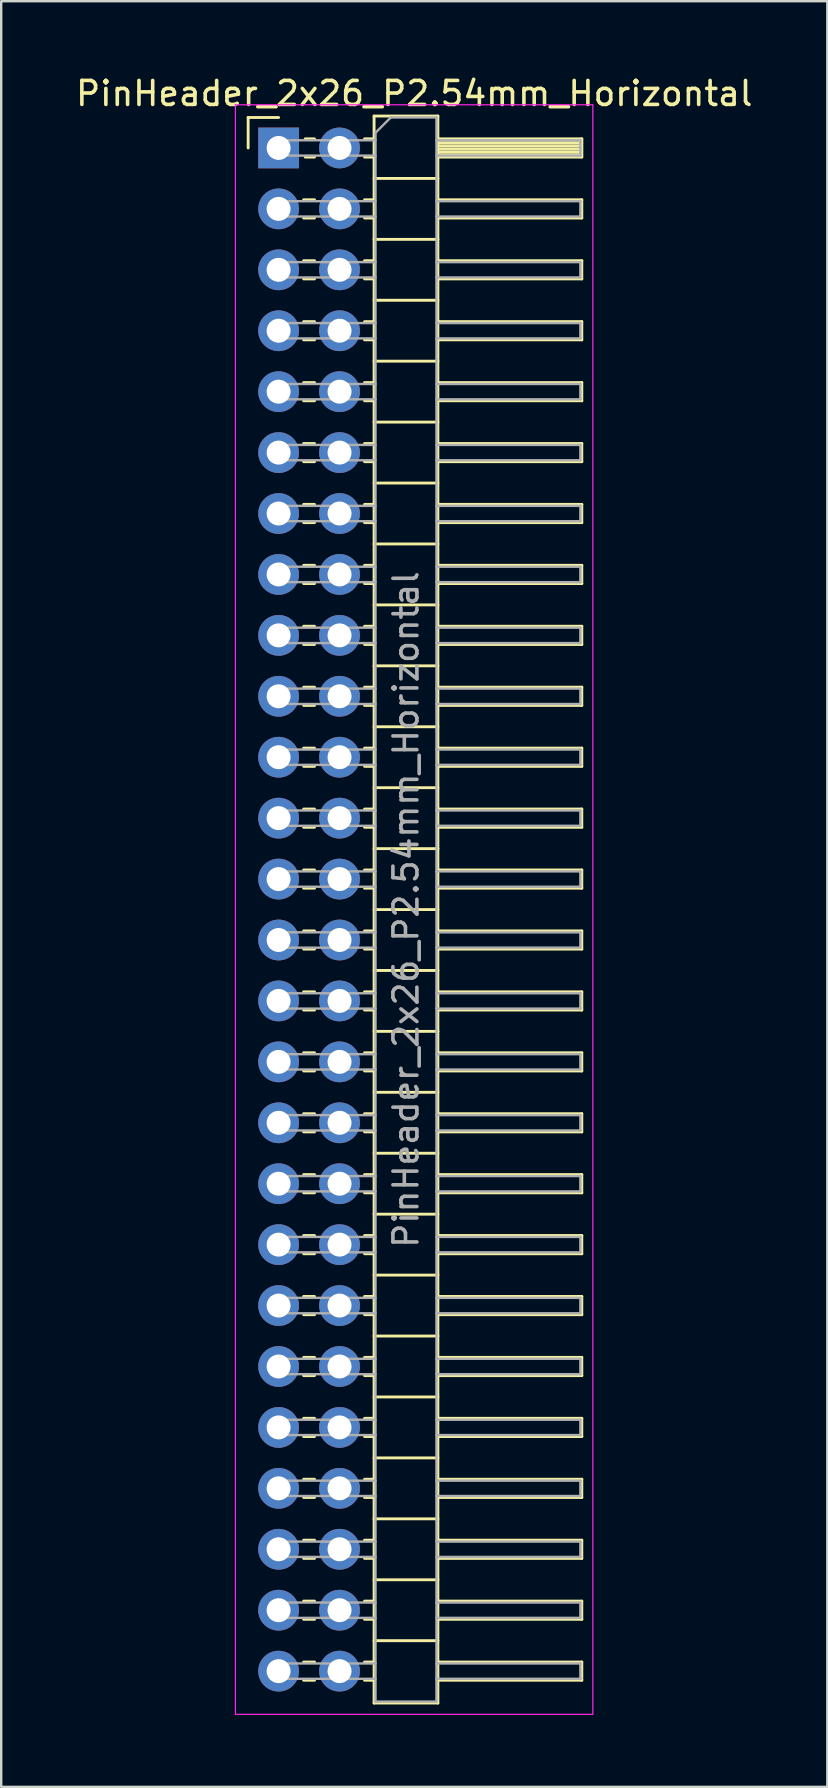
<source format=kicad_pcb>
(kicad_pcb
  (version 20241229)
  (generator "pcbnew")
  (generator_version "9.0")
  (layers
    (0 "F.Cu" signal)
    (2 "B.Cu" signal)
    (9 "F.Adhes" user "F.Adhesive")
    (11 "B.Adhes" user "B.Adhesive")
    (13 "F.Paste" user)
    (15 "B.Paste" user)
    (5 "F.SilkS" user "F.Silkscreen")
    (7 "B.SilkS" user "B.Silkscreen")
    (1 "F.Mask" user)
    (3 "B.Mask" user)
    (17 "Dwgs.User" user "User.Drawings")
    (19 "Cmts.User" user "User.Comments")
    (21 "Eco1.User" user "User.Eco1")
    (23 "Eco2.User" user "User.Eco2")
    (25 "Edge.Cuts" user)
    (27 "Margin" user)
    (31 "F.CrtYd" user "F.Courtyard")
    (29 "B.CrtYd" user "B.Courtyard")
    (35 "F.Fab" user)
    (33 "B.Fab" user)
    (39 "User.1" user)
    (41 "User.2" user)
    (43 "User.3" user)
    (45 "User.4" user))
  (footprint "PinHeader_2x26_P2.54mm_Horizontal"
    (layer "F.Cu")
    (at 8.565 3.118)
    (property "Reference" "PinHeader_2x26_P2.54mm_Horizontal" (at 5.655 -2.27 0) (layer "F.SilkS") (effects (font (size 1 1) (thickness 0.15))))
    (attr through_hole)
    (fp_line (start -1.27 -1.27) (end 0 -1.27) (stroke (width 0.12) (type solid)) (layer "F.SilkS"))
    (fp_line (start -1.27 0) (end -1.27 -1.27) (stroke (width 0.12) (type solid)) (layer "F.SilkS"))
    (fp_line (start 1.043 2.16) (end 1.497 2.16) (stroke (width 0.12) (type solid)) (layer "F.SilkS"))
    (fp_line (start 1.043 2.92) (end 1.497 2.92) (stroke (width 0.12) (type solid)) (layer "F.SilkS"))
    (fp_line (start 1.043 4.7) (end 1.497 4.7) (stroke (width 0.12) (type solid)) (layer "F.SilkS"))
    (fp_line (start 1.043 5.46) (end 1.497 5.46) (stroke (width 0.12) (type solid)) (layer "F.SilkS"))
    (fp_line (start 1.043 7.24) (end 1.497 7.24) (stroke (width 0.12) (type solid)) (layer "F.SilkS"))
    (fp_line (start 1.043 8) (end 1.497 8) (stroke (width 0.12) (type solid)) (layer "F.SilkS"))
    (fp_line (start 1.043 9.78) (end 1.497 9.78) (stroke (width 0.12) (type solid)) (layer "F.SilkS"))
    (fp_line (start 1.043 10.54) (end 1.497 10.54) (stroke (width 0.12) (type solid)) (layer "F.SilkS"))
    (fp_line (start 1.043 12.32) (end 1.497 12.32) (stroke (width 0.12) (type solid)) (layer "F.SilkS"))
    (fp_line (start 1.043 13.08) (end 1.497 13.08) (stroke (width 0.12) (type solid)) (layer "F.SilkS"))
    (fp_line (start 1.043 14.86) (end 1.497 14.86) (stroke (width 0.12) (type solid)) (layer "F.SilkS"))
    (fp_line (start 1.043 15.62) (end 1.497 15.62) (stroke (width 0.12) (type solid)) (layer "F.SilkS"))
    (fp_line (start 1.043 17.4) (end 1.497 17.4) (stroke (width 0.12) (type solid)) (layer "F.SilkS"))
    (fp_line (start 1.043 18.16) (end 1.497 18.16) (stroke (width 0.12) (type solid)) (layer "F.SilkS"))
    (fp_line (start 1.043 19.94) (end 1.497 19.94) (stroke (width 0.12) (type solid)) (layer "F.SilkS"))
    (fp_line (start 1.043 20.7) (end 1.497 20.7) (stroke (width 0.12) (type solid)) (layer "F.SilkS"))
    (fp_line (start 1.043 22.48) (end 1.497 22.48) (stroke (width 0.12) (type solid)) (layer "F.SilkS"))
    (fp_line (start 1.043 23.24) (end 1.497 23.24) (stroke (width 0.12) (type solid)) (layer "F.SilkS"))
    (fp_line (start 1.043 25.02) (end 1.497 25.02) (stroke (width 0.12) (type solid)) (layer "F.SilkS"))
    (fp_line (start 1.043 25.78) (end 1.497 25.78) (stroke (width 0.12) (type solid)) (layer "F.SilkS"))
    (fp_line (start 1.043 27.56) (end 1.497 27.56) (stroke (width 0.12) (type solid)) (layer "F.SilkS"))
    (fp_line (start 1.043 28.32) (end 1.497 28.32) (stroke (width 0.12) (type solid)) (layer "F.SilkS"))
    (fp_line (start 1.043 30.1) (end 1.497 30.1) (stroke (width 0.12) (type solid)) (layer "F.SilkS"))
    (fp_line (start 1.043 30.86) (end 1.497 30.86) (stroke (width 0.12) (type solid)) (layer "F.SilkS"))
    (fp_line (start 1.043 32.64) (end 1.497 32.64) (stroke (width 0.12) (type solid)) (layer "F.SilkS"))
    (fp_line (start 1.043 33.4) (end 1.497 33.4) (stroke (width 0.12) (type solid)) (layer "F.SilkS"))
    (fp_line (start 1.043 35.18) (end 1.497 35.18) (stroke (width 0.12) (type solid)) (layer "F.SilkS"))
    (fp_line (start 1.043 35.94) (end 1.497 35.94) (stroke (width 0.12) (type solid)) (layer "F.SilkS"))
    (fp_line (start 1.043 37.72) (end 1.497 37.72) (stroke (width 0.12) (type solid)) (layer "F.SilkS"))
    (fp_line (start 1.043 38.48) (end 1.497 38.48) (stroke (width 0.12) (type solid)) (layer "F.SilkS"))
    (fp_line (start 1.043 40.26) (end 1.497 40.26) (stroke (width 0.12) (type solid)) (layer "F.SilkS"))
    (fp_line (start 1.043 41.02) (end 1.497 41.02) (stroke (width 0.12) (type solid)) (layer "F.SilkS"))
    (fp_line (start 1.043 42.8) (end 1.497 42.8) (stroke (width 0.12) (type solid)) (layer "F.SilkS"))
    (fp_line (start 1.043 43.56) (end 1.497 43.56) (stroke (width 0.12) (type solid)) (layer "F.SilkS"))
    (fp_line (start 1.043 45.34) (end 1.497 45.34) (stroke (width 0.12) (type solid)) (layer "F.SilkS"))
    (fp_line (start 1.043 46.1) (end 1.497 46.1) (stroke (width 0.12) (type solid)) (layer "F.SilkS"))
    (fp_line (start 1.043 47.88) (end 1.497 47.88) (stroke (width 0.12) (type solid)) (layer "F.SilkS"))
    (fp_line (start 1.043 48.64) (end 1.497 48.64) (stroke (width 0.12) (type solid)) (layer "F.SilkS"))
    (fp_line (start 1.043 50.42) (end 1.497 50.42) (stroke (width 0.12) (type solid)) (layer "F.SilkS"))
    (fp_line (start 1.043 51.18) (end 1.497 51.18) (stroke (width 0.12) (type solid)) (layer "F.SilkS"))
    (fp_line (start 1.043 52.96) (end 1.497 52.96) (stroke (width 0.12) (type solid)) (layer "F.SilkS"))
    (fp_line (start 1.043 53.72) (end 1.497 53.72) (stroke (width 0.12) (type solid)) (layer "F.SilkS"))
    (fp_line (start 1.043 55.5) (end 1.497 55.5) (stroke (width 0.12) (type solid)) (layer "F.SilkS"))
    (fp_line (start 1.043 56.26) (end 1.497 56.26) (stroke (width 0.12) (type solid)) (layer "F.SilkS"))
    (fp_line (start 1.043 58.04) (end 1.497 58.04) (stroke (width 0.12) (type solid)) (layer "F.SilkS"))
    (fp_line (start 1.043 58.8) (end 1.497 58.8) (stroke (width 0.12) (type solid)) (layer "F.SilkS"))
    (fp_line (start 1.043 60.58) (end 1.497 60.58) (stroke (width 0.12) (type solid)) (layer "F.SilkS"))
    (fp_line (start 1.043 61.34) (end 1.497 61.34) (stroke (width 0.12) (type solid)) (layer "F.SilkS"))
    (fp_line (start 1.043 63.12) (end 1.497 63.12) (stroke (width 0.12) (type solid)) (layer "F.SilkS"))
    (fp_line (start 1.043 63.88) (end 1.497 63.88) (stroke (width 0.12) (type solid)) (layer "F.SilkS"))
    (fp_line (start 1.11 -0.38) (end 1.497 -0.38) (stroke (width 0.12) (type solid)) (layer "F.SilkS"))
    (fp_line (start 1.11 0.38) (end 1.497 0.38) (stroke (width 0.12) (type solid)) (layer "F.SilkS"))
    (fp_line (start 3.583 -0.38) (end 3.98 -0.38) (stroke (width 0.12) (type solid)) (layer "F.SilkS"))
    (fp_line (start 3.583 0.38) (end 3.98 0.38) (stroke (width 0.12) (type solid)) (layer "F.SilkS"))
    (fp_line (start 3.583 2.16) (end 3.98 2.16) (stroke (width 0.12) (type solid)) (layer "F.SilkS"))
    (fp_line (start 3.583 2.92) (end 3.98 2.92) (stroke (width 0.12) (type solid)) (layer "F.SilkS"))
    (fp_line (start 3.583 4.7) (end 3.98 4.7) (stroke (width 0.12) (type solid)) (layer "F.SilkS"))
    (fp_line (start 3.583 5.46) (end 3.98 5.46) (stroke (width 0.12) (type solid)) (layer "F.SilkS"))
    (fp_line (start 3.583 7.24) (end 3.98 7.24) (stroke (width 0.12) (type solid)) (layer "F.SilkS"))
    (fp_line (start 3.583 8) (end 3.98 8) (stroke (width 0.12) (type solid)) (layer "F.SilkS"))
    (fp_line (start 3.583 9.78) (end 3.98 9.78) (stroke (width 0.12) (type solid)) (layer "F.SilkS"))
    (fp_line (start 3.583 10.54) (end 3.98 10.54) (stroke (width 0.12) (type solid)) (layer "F.SilkS"))
    (fp_line (start 3.583 12.32) (end 3.98 12.32) (stroke (width 0.12) (type solid)) (layer "F.SilkS"))
    (fp_line (start 3.583 13.08) (end 3.98 13.08) (stroke (width 0.12) (type solid)) (layer "F.SilkS"))
    (fp_line (start 3.583 14.86) (end 3.98 14.86) (stroke (width 0.12) (type solid)) (layer "F.SilkS"))
    (fp_line (start 3.583 15.62) (end 3.98 15.62) (stroke (width 0.12) (type solid)) (layer "F.SilkS"))
    (fp_line (start 3.583 17.4) (end 3.98 17.4) (stroke (width 0.12) (type solid)) (layer "F.SilkS"))
    (fp_line (start 3.583 18.16) (end 3.98 18.16) (stroke (width 0.12) (type solid)) (layer "F.SilkS"))
    (fp_line (start 3.583 19.94) (end 3.98 19.94) (stroke (width 0.12) (type solid)) (layer "F.SilkS"))
    (fp_line (start 3.583 20.7) (end 3.98 20.7) (stroke (width 0.12) (type solid)) (layer "F.SilkS"))
    (fp_line (start 3.583 22.48) (end 3.98 22.48) (stroke (width 0.12) (type solid)) (layer "F.SilkS"))
    (fp_line (start 3.583 23.24) (end 3.98 23.24) (stroke (width 0.12) (type solid)) (layer "F.SilkS"))
    (fp_line (start 3.583 25.02) (end 3.98 25.02) (stroke (width 0.12) (type solid)) (layer "F.SilkS"))
    (fp_line (start 3.583 25.78) (end 3.98 25.78) (stroke (width 0.12) (type solid)) (layer "F.SilkS"))
    (fp_line (start 3.583 27.56) (end 3.98 27.56) (stroke (width 0.12) (type solid)) (layer "F.SilkS"))
    (fp_line (start 3.583 28.32) (end 3.98 28.32) (stroke (width 0.12) (type solid)) (layer "F.SilkS"))
    (fp_line (start 3.583 30.1) (end 3.98 30.1) (stroke (width 0.12) (type solid)) (layer "F.SilkS"))
    (fp_line (start 3.583 30.86) (end 3.98 30.86) (stroke (width 0.12) (type solid)) (layer "F.SilkS"))
    (fp_line (start 3.583 32.64) (end 3.98 32.64) (stroke (width 0.12) (type solid)) (layer "F.SilkS"))
    (fp_line (start 3.583 33.4) (end 3.98 33.4) (stroke (width 0.12) (type solid)) (layer "F.SilkS"))
    (fp_line (start 3.583 35.18) (end 3.98 35.18) (stroke (width 0.12) (type solid)) (layer "F.SilkS"))
    (fp_line (start 3.583 35.94) (end 3.98 35.94) (stroke (width 0.12) (type solid)) (layer "F.SilkS"))
    (fp_line (start 3.583 37.72) (end 3.98 37.72) (stroke (width 0.12) (type solid)) (layer "F.SilkS"))
    (fp_line (start 3.583 38.48) (end 3.98 38.48) (stroke (width 0.12) (type solid)) (layer "F.SilkS"))
    (fp_line (start 3.583 40.26) (end 3.98 40.26) (stroke (width 0.12) (type solid)) (layer "F.SilkS"))
    (fp_line (start 3.583 41.02) (end 3.98 41.02) (stroke (width 0.12) (type solid)) (layer "F.SilkS"))
    (fp_line (start 3.583 42.8) (end 3.98 42.8) (stroke (width 0.12) (type solid)) (layer "F.SilkS"))
    (fp_line (start 3.583 43.56) (end 3.98 43.56) (stroke (width 0.12) (type solid)) (layer "F.SilkS"))
    (fp_line (start 3.583 45.34) (end 3.98 45.34) (stroke (width 0.12) (type solid)) (layer "F.SilkS"))
    (fp_line (start 3.583 46.1) (end 3.98 46.1) (stroke (width 0.12) (type solid)) (layer "F.SilkS"))
    (fp_line (start 3.583 47.88) (end 3.98 47.88) (stroke (width 0.12) (type solid)) (layer "F.SilkS"))
    (fp_line (start 3.583 48.64) (end 3.98 48.64) (stroke (width 0.12) (type solid)) (layer "F.SilkS"))
    (fp_line (start 3.583 50.42) (end 3.98 50.42) (stroke (width 0.12) (type solid)) (layer "F.SilkS"))
    (fp_line (start 3.583 51.18) (end 3.98 51.18) (stroke (width 0.12) (type solid)) (layer "F.SilkS"))
    (fp_line (start 3.583 52.96) (end 3.98 52.96) (stroke (width 0.12) (type solid)) (layer "F.SilkS"))
    (fp_line (start 3.583 53.72) (end 3.98 53.72) (stroke (width 0.12) (type solid)) (layer "F.SilkS"))
    (fp_line (start 3.583 55.5) (end 3.98 55.5) (stroke (width 0.12) (type solid)) (layer "F.SilkS"))
    (fp_line (start 3.583 56.26) (end 3.98 56.26) (stroke (width 0.12) (type solid)) (layer "F.SilkS"))
    (fp_line (start 3.583 58.04) (end 3.98 58.04) (stroke (width 0.12) (type solid)) (layer "F.SilkS"))
    (fp_line (start 3.583 58.8) (end 3.98 58.8) (stroke (width 0.12) (type solid)) (layer "F.SilkS"))
    (fp_line (start 3.583 60.58) (end 3.98 60.58) (stroke (width 0.12) (type solid)) (layer "F.SilkS"))
    (fp_line (start 3.583 61.34) (end 3.98 61.34) (stroke (width 0.12) (type solid)) (layer "F.SilkS"))
    (fp_line (start 3.583 63.12) (end 3.98 63.12) (stroke (width 0.12) (type solid)) (layer "F.SilkS"))
    (fp_line (start 3.583 63.88) (end 3.98 63.88) (stroke (width 0.12) (type solid)) (layer "F.SilkS"))
    (fp_line (start 3.98 -1.33) (end 3.98 64.83) (stroke (width 0.12) (type solid)) (layer "F.SilkS"))
    (fp_line (start 3.98 1.27) (end 6.64 1.27) (stroke (width 0.12) (type solid)) (layer "F.SilkS"))
    (fp_line (start 3.98 3.81) (end 6.64 3.81) (stroke (width 0.12) (type solid)) (layer "F.SilkS"))
    (fp_line (start 3.98 6.35) (end 6.64 6.35) (stroke (width 0.12) (type solid)) (layer "F.SilkS"))
    (fp_line (start 3.98 8.89) (end 6.64 8.89) (stroke (width 0.12) (type solid)) (layer "F.SilkS"))
    (fp_line (start 3.98 11.43) (end 6.64 11.43) (stroke (width 0.12) (type solid)) (layer "F.SilkS"))
    (fp_line (start 3.98 13.97) (end 6.64 13.97) (stroke (width 0.12) (type solid)) (layer "F.SilkS"))
    (fp_line (start 3.98 16.51) (end 6.64 16.51) (stroke (width 0.12) (type solid)) (layer "F.SilkS"))
    (fp_line (start 3.98 19.05) (end 6.64 19.05) (stroke (width 0.12) (type solid)) (layer "F.SilkS"))
    (fp_line (start 3.98 21.59) (end 6.64 21.59) (stroke (width 0.12) (type solid)) (layer "F.SilkS"))
    (fp_line (start 3.98 24.13) (end 6.64 24.13) (stroke (width 0.12) (type solid)) (layer "F.SilkS"))
    (fp_line (start 3.98 26.67) (end 6.64 26.67) (stroke (width 0.12) (type solid)) (layer "F.SilkS"))
    (fp_line (start 3.98 29.21) (end 6.64 29.21) (stroke (width 0.12) (type solid)) (layer "F.SilkS"))
    (fp_line (start 3.98 31.75) (end 6.64 31.75) (stroke (width 0.12) (type solid)) (layer "F.SilkS"))
    (fp_line (start 3.98 34.29) (end 6.64 34.29) (stroke (width 0.12) (type solid)) (layer "F.SilkS"))
    (fp_line (start 3.98 36.83) (end 6.64 36.83) (stroke (width 0.12) (type solid)) (layer "F.SilkS"))
    (fp_line (start 3.98 39.37) (end 6.64 39.37) (stroke (width 0.12) (type solid)) (layer "F.SilkS"))
    (fp_line (start 3.98 41.91) (end 6.64 41.91) (stroke (width 0.12) (type solid)) (layer "F.SilkS"))
    (fp_line (start 3.98 44.45) (end 6.64 44.45) (stroke (width 0.12) (type solid)) (layer "F.SilkS"))
    (fp_line (start 3.98 46.99) (end 6.64 46.99) (stroke (width 0.12) (type solid)) (layer "F.SilkS"))
    (fp_line (start 3.98 49.53) (end 6.64 49.53) (stroke (width 0.12) (type solid)) (layer "F.SilkS"))
    (fp_line (start 3.98 52.07) (end 6.64 52.07) (stroke (width 0.12) (type solid)) (layer "F.SilkS"))
    (fp_line (start 3.98 54.61) (end 6.64 54.61) (stroke (width 0.12) (type solid)) (layer "F.SilkS"))
    (fp_line (start 3.98 57.15) (end 6.64 57.15) (stroke (width 0.12) (type solid)) (layer "F.SilkS"))
    (fp_line (start 3.98 59.69) (end 6.64 59.69) (stroke (width 0.12) (type solid)) (layer "F.SilkS"))
    (fp_line (start 3.98 62.23) (end 6.64 62.23) (stroke (width 0.12) (type solid)) (layer "F.SilkS"))
    (fp_line (start 3.98 64.83) (end 6.64 64.83) (stroke (width 0.12) (type solid)) (layer "F.SilkS"))
    (fp_line (start 6.64 -1.33) (end 3.98 -1.33) (stroke (width 0.12) (type solid)) (layer "F.SilkS"))
    (fp_line (start 6.64 -0.38) (end 12.64 -0.38) (stroke (width 0.12) (type solid)) (layer "F.SilkS"))
    (fp_line (start 6.64 -0.32) (end 12.64 -0.32) (stroke (width 0.12) (type solid)) (layer "F.SilkS"))
    (fp_line (start 6.64 -0.2) (end 12.64 -0.2) (stroke (width 0.12) (type solid)) (layer "F.SilkS"))
    (fp_line (start 6.64 -0.08) (end 12.64 -0.08) (stroke (width 0.12) (type solid)) (layer "F.SilkS"))
    (fp_line (start 6.64 0.04) (end 12.64 0.04) (stroke (width 0.12) (type solid)) (layer "F.SilkS"))
    (fp_line (start 6.64 0.16) (end 12.64 0.16) (stroke (width 0.12) (type solid)) (layer "F.SilkS"))
    (fp_line (start 6.64 0.28) (end 12.64 0.28) (stroke (width 0.12) (type solid)) (layer "F.SilkS"))
    (fp_line (start 6.64 2.16) (end 12.64 2.16) (stroke (width 0.12) (type solid)) (layer "F.SilkS"))
    (fp_line (start 6.64 4.7) (end 12.64 4.7) (stroke (width 0.12) (type solid)) (layer "F.SilkS"))
    (fp_line (start 6.64 7.24) (end 12.64 7.24) (stroke (width 0.12) (type solid)) (layer "F.SilkS"))
    (fp_line (start 6.64 9.78) (end 12.64 9.78) (stroke (width 0.12) (type solid)) (layer "F.SilkS"))
    (fp_line (start 6.64 12.32) (end 12.64 12.32) (stroke (width 0.12) (type solid)) (layer "F.SilkS"))
    (fp_line (start 6.64 14.86) (end 12.64 14.86) (stroke (width 0.12) (type solid)) (layer "F.SilkS"))
    (fp_line (start 6.64 17.4) (end 12.64 17.4) (stroke (width 0.12) (type solid)) (layer "F.SilkS"))
    (fp_line (start 6.64 19.94) (end 12.64 19.94) (stroke (width 0.12) (type solid)) (layer "F.SilkS"))
    (fp_line (start 6.64 22.48) (end 12.64 22.48) (stroke (width 0.12) (type solid)) (layer "F.SilkS"))
    (fp_line (start 6.64 25.02) (end 12.64 25.02) (stroke (width 0.12) (type solid)) (layer "F.SilkS"))
    (fp_line (start 6.64 27.56) (end 12.64 27.56) (stroke (width 0.12) (type solid)) (layer "F.SilkS"))
    (fp_line (start 6.64 30.1) (end 12.64 30.1) (stroke (width 0.12) (type solid)) (layer "F.SilkS"))
    (fp_line (start 6.64 32.64) (end 12.64 32.64) (stroke (width 0.12) (type solid)) (layer "F.SilkS"))
    (fp_line (start 6.64 35.18) (end 12.64 35.18) (stroke (width 0.12) (type solid)) (layer "F.SilkS"))
    (fp_line (start 6.64 37.72) (end 12.64 37.72) (stroke (width 0.12) (type solid)) (layer "F.SilkS"))
    (fp_line (start 6.64 40.26) (end 12.64 40.26) (stroke (width 0.12) (type solid)) (layer "F.SilkS"))
    (fp_line (start 6.64 42.8) (end 12.64 42.8) (stroke (width 0.12) (type solid)) (layer "F.SilkS"))
    (fp_line (start 6.64 45.34) (end 12.64 45.34) (stroke (width 0.12) (type solid)) (layer "F.SilkS"))
    (fp_line (start 6.64 47.88) (end 12.64 47.88) (stroke (width 0.12) (type solid)) (layer "F.SilkS"))
    (fp_line (start 6.64 50.42) (end 12.64 50.42) (stroke (width 0.12) (type solid)) (layer "F.SilkS"))
    (fp_line (start 6.64 52.96) (end 12.64 52.96) (stroke (width 0.12) (type solid)) (layer "F.SilkS"))
    (fp_line (start 6.64 55.5) (end 12.64 55.5) (stroke (width 0.12) (type solid)) (layer "F.SilkS"))
    (fp_line (start 6.64 58.04) (end 12.64 58.04) (stroke (width 0.12) (type solid)) (layer "F.SilkS"))
    (fp_line (start 6.64 60.58) (end 12.64 60.58) (stroke (width 0.12) (type solid)) (layer "F.SilkS"))
    (fp_line (start 6.64 63.12) (end 12.64 63.12) (stroke (width 0.12) (type solid)) (layer "F.SilkS"))
    (fp_line (start 6.64 64.83) (end 6.64 -1.33) (stroke (width 0.12) (type solid)) (layer "F.SilkS"))
    (fp_line (start 12.64 -0.38) (end 12.64 0.38) (stroke (width 0.12) (type solid)) (layer "F.SilkS"))
    (fp_line (start 12.64 0.38) (end 6.64 0.38) (stroke (width 0.12) (type solid)) (layer "F.SilkS"))
    (fp_line (start 12.64 2.16) (end 12.64 2.92) (stroke (width 0.12) (type solid)) (layer "F.SilkS"))
    (fp_line (start 12.64 2.92) (end 6.64 2.92) (stroke (width 0.12) (type solid)) (layer "F.SilkS"))
    (fp_line (start 12.64 4.7) (end 12.64 5.46) (stroke (width 0.12) (type solid)) (layer "F.SilkS"))
    (fp_line (start 12.64 5.46) (end 6.64 5.46) (stroke (width 0.12) (type solid)) (layer "F.SilkS"))
    (fp_line (start 12.64 7.24) (end 12.64 8) (stroke (width 0.12) (type solid)) (layer "F.SilkS"))
    (fp_line (start 12.64 8) (end 6.64 8) (stroke (width 0.12) (type solid)) (layer "F.SilkS"))
    (fp_line (start 12.64 9.78) (end 12.64 10.54) (stroke (width 0.12) (type solid)) (layer "F.SilkS"))
    (fp_line (start 12.64 10.54) (end 6.64 10.54) (stroke (width 0.12) (type solid)) (layer "F.SilkS"))
    (fp_line (start 12.64 12.32) (end 12.64 13.08) (stroke (width 0.12) (type solid)) (layer "F.SilkS"))
    (fp_line (start 12.64 13.08) (end 6.64 13.08) (stroke (width 0.12) (type solid)) (layer "F.SilkS"))
    (fp_line (start 12.64 14.86) (end 12.64 15.62) (stroke (width 0.12) (type solid)) (layer "F.SilkS"))
    (fp_line (start 12.64 15.62) (end 6.64 15.62) (stroke (width 0.12) (type solid)) (layer "F.SilkS"))
    (fp_line (start 12.64 17.4) (end 12.64 18.16) (stroke (width 0.12) (type solid)) (layer "F.SilkS"))
    (fp_line (start 12.64 18.16) (end 6.64 18.16) (stroke (width 0.12) (type solid)) (layer "F.SilkS"))
    (fp_line (start 12.64 19.94) (end 12.64 20.7) (stroke (width 0.12) (type solid)) (layer "F.SilkS"))
    (fp_line (start 12.64 20.7) (end 6.64 20.7) (stroke (width 0.12) (type solid)) (layer "F.SilkS"))
    (fp_line (start 12.64 22.48) (end 12.64 23.24) (stroke (width 0.12) (type solid)) (layer "F.SilkS"))
    (fp_line (start 12.64 23.24) (end 6.64 23.24) (stroke (width 0.12) (type solid)) (layer "F.SilkS"))
    (fp_line (start 12.64 25.02) (end 12.64 25.78) (stroke (width 0.12) (type solid)) (layer "F.SilkS"))
    (fp_line (start 12.64 25.78) (end 6.64 25.78) (stroke (width 0.12) (type solid)) (layer "F.SilkS"))
    (fp_line (start 12.64 27.56) (end 12.64 28.32) (stroke (width 0.12) (type solid)) (layer "F.SilkS"))
    (fp_line (start 12.64 28.32) (end 6.64 28.32) (stroke (width 0.12) (type solid)) (layer "F.SilkS"))
    (fp_line (start 12.64 30.1) (end 12.64 30.86) (stroke (width 0.12) (type solid)) (layer "F.SilkS"))
    (fp_line (start 12.64 30.86) (end 6.64 30.86) (stroke (width 0.12) (type solid)) (layer "F.SilkS"))
    (fp_line (start 12.64 32.64) (end 12.64 33.4) (stroke (width 0.12) (type solid)) (layer "F.SilkS"))
    (fp_line (start 12.64 33.4) (end 6.64 33.4) (stroke (width 0.12) (type solid)) (layer "F.SilkS"))
    (fp_line (start 12.64 35.18) (end 12.64 35.94) (stroke (width 0.12) (type solid)) (layer "F.SilkS"))
    (fp_line (start 12.64 35.94) (end 6.64 35.94) (stroke (width 0.12) (type solid)) (layer "F.SilkS"))
    (fp_line (start 12.64 37.72) (end 12.64 38.48) (stroke (width 0.12) (type solid)) (layer "F.SilkS"))
    (fp_line (start 12.64 38.48) (end 6.64 38.48) (stroke (width 0.12) (type solid)) (layer "F.SilkS"))
    (fp_line (start 12.64 40.26) (end 12.64 41.02) (stroke (width 0.12) (type solid)) (layer "F.SilkS"))
    (fp_line (start 12.64 41.02) (end 6.64 41.02) (stroke (width 0.12) (type solid)) (layer "F.SilkS"))
    (fp_line (start 12.64 42.8) (end 12.64 43.56) (stroke (width 0.12) (type solid)) (layer "F.SilkS"))
    (fp_line (start 12.64 43.56) (end 6.64 43.56) (stroke (width 0.12) (type solid)) (layer "F.SilkS"))
    (fp_line (start 12.64 45.34) (end 12.64 46.1) (stroke (width 0.12) (type solid)) (layer "F.SilkS"))
    (fp_line (start 12.64 46.1) (end 6.64 46.1) (stroke (width 0.12) (type solid)) (layer "F.SilkS"))
    (fp_line (start 12.64 47.88) (end 12.64 48.64) (stroke (width 0.12) (type solid)) (layer "F.SilkS"))
    (fp_line (start 12.64 48.64) (end 6.64 48.64) (stroke (width 0.12) (type solid)) (layer "F.SilkS"))
    (fp_line (start 12.64 50.42) (end 12.64 51.18) (stroke (width 0.12) (type solid)) (layer "F.SilkS"))
    (fp_line (start 12.64 51.18) (end 6.64 51.18) (stroke (width 0.12) (type solid)) (layer "F.SilkS"))
    (fp_line (start 12.64 52.96) (end 12.64 53.72) (stroke (width 0.12) (type solid)) (layer "F.SilkS"))
    (fp_line (start 12.64 53.72) (end 6.64 53.72) (stroke (width 0.12) (type solid)) (layer "F.SilkS"))
    (fp_line (start 12.64 55.5) (end 12.64 56.26) (stroke (width 0.12) (type solid)) (layer "F.SilkS"))
    (fp_line (start 12.64 56.26) (end 6.64 56.26) (stroke (width 0.12) (type solid)) (layer "F.SilkS"))
    (fp_line (start 12.64 58.04) (end 12.64 58.8) (stroke (width 0.12) (type solid)) (layer "F.SilkS"))
    (fp_line (start 12.64 58.8) (end 6.64 58.8) (stroke (width 0.12) (type solid)) (layer "F.SilkS"))
    (fp_line (start 12.64 60.58) (end 12.64 61.34) (stroke (width 0.12) (type solid)) (layer "F.SilkS"))
    (fp_line (start 12.64 61.34) (end 6.64 61.34) (stroke (width 0.12) (type solid)) (layer "F.SilkS"))
    (fp_line (start 12.64 63.12) (end 12.64 63.88) (stroke (width 0.12) (type solid)) (layer "F.SilkS"))
    (fp_line (start 12.64 63.88) (end 6.64 63.88) (stroke (width 0.12) (type solid)) (layer "F.SilkS"))
    (fp_line (start -1.8 -1.8) (end -1.8 65.3) (stroke (width 0.05) (type solid)) (layer "F.CrtYd"))
    (fp_line (start -1.8 65.3) (end 13.1 65.3) (stroke (width 0.05) (type solid)) (layer "F.CrtYd"))
    (fp_line (start 13.1 -1.8) (end -1.8 -1.8) (stroke (width 0.05) (type solid)) (layer "F.CrtYd"))
    (fp_line (start 13.1 65.3) (end 13.1 -1.8) (stroke (width 0.05) (type solid)) (layer "F.CrtYd"))
    (fp_line (start -0.32 -0.32) (end -0.32 0.32) (stroke (width 0.1) (type solid)) (layer "F.Fab"))
    (fp_line (start -0.32 -0.32) (end 4.04 -0.32) (stroke (width 0.1) (type solid)) (layer "F.Fab"))
    (fp_line (start -0.32 0.32) (end 4.04 0.32) (stroke (width 0.1) (type solid)) (layer "F.Fab"))
    (fp_line (start -0.32 2.22) (end -0.32 2.86) (stroke (width 0.1) (type solid)) (layer "F.Fab"))
    (fp_line (start -0.32 2.22) (end 4.04 2.22) (stroke (width 0.1) (type solid)) (layer "F.Fab"))
    (fp_line (start -0.32 2.86) (end 4.04 2.86) (stroke (width 0.1) (type solid)) (layer "F.Fab"))
    (fp_line (start -0.32 4.76) (end -0.32 5.4) (stroke (width 0.1) (type solid)) (layer "F.Fab"))
    (fp_line (start -0.32 4.76) (end 4.04 4.76) (stroke (width 0.1) (type solid)) (layer "F.Fab"))
    (fp_line (start -0.32 5.4) (end 4.04 5.4) (stroke (width 0.1) (type solid)) (layer "F.Fab"))
    (fp_line (start -0.32 7.3) (end -0.32 7.94) (stroke (width 0.1) (type solid)) (layer "F.Fab"))
    (fp_line (start -0.32 7.3) (end 4.04 7.3) (stroke (width 0.1) (type solid)) (layer "F.Fab"))
    (fp_line (start -0.32 7.94) (end 4.04 7.94) (stroke (width 0.1) (type solid)) (layer "F.Fab"))
    (fp_line (start -0.32 9.84) (end -0.32 10.48) (stroke (width 0.1) (type solid)) (layer "F.Fab"))
    (fp_line (start -0.32 9.84) (end 4.04 9.84) (stroke (width 0.1) (type solid)) (layer "F.Fab"))
    (fp_line (start -0.32 10.48) (end 4.04 10.48) (stroke (width 0.1) (type solid)) (layer "F.Fab"))
    (fp_line (start -0.32 12.38) (end -0.32 13.02) (stroke (width 0.1) (type solid)) (layer "F.Fab"))
    (fp_line (start -0.32 12.38) (end 4.04 12.38) (stroke (width 0.1) (type solid)) (layer "F.Fab"))
    (fp_line (start -0.32 13.02) (end 4.04 13.02) (stroke (width 0.1) (type solid)) (layer "F.Fab"))
    (fp_line (start -0.32 14.92) (end -0.32 15.56) (stroke (width 0.1) (type solid)) (layer "F.Fab"))
    (fp_line (start -0.32 14.92) (end 4.04 14.92) (stroke (width 0.1) (type solid)) (layer "F.Fab"))
    (fp_line (start -0.32 15.56) (end 4.04 15.56) (stroke (width 0.1) (type solid)) (layer "F.Fab"))
    (fp_line (start -0.32 17.46) (end -0.32 18.1) (stroke (width 0.1) (type solid)) (layer "F.Fab"))
    (fp_line (start -0.32 17.46) (end 4.04 17.46) (stroke (width 0.1) (type solid)) (layer "F.Fab"))
    (fp_line (start -0.32 18.1) (end 4.04 18.1) (stroke (width 0.1) (type solid)) (layer "F.Fab"))
    (fp_line (start -0.32 20) (end -0.32 20.64) (stroke (width 0.1) (type solid)) (layer "F.Fab"))
    (fp_line (start -0.32 20) (end 4.04 20) (stroke (width 0.1) (type solid)) (layer "F.Fab"))
    (fp_line (start -0.32 20.64) (end 4.04 20.64) (stroke (width 0.1) (type solid)) (layer "F.Fab"))
    (fp_line (start -0.32 22.54) (end -0.32 23.18) (stroke (width 0.1) (type solid)) (layer "F.Fab"))
    (fp_line (start -0.32 22.54) (end 4.04 22.54) (stroke (width 0.1) (type solid)) (layer "F.Fab"))
    (fp_line (start -0.32 23.18) (end 4.04 23.18) (stroke (width 0.1) (type solid)) (layer "F.Fab"))
    (fp_line (start -0.32 25.08) (end -0.32 25.72) (stroke (width 0.1) (type solid)) (layer "F.Fab"))
    (fp_line (start -0.32 25.08) (end 4.04 25.08) (stroke (width 0.1) (type solid)) (layer "F.Fab"))
    (fp_line (start -0.32 25.72) (end 4.04 25.72) (stroke (width 0.1) (type solid)) (layer "F.Fab"))
    (fp_line (start -0.32 27.62) (end -0.32 28.26) (stroke (width 0.1) (type solid)) (layer "F.Fab"))
    (fp_line (start -0.32 27.62) (end 4.04 27.62) (stroke (width 0.1) (type solid)) (layer "F.Fab"))
    (fp_line (start -0.32 28.26) (end 4.04 28.26) (stroke (width 0.1) (type solid)) (layer "F.Fab"))
    (fp_line (start -0.32 30.16) (end -0.32 30.8) (stroke (width 0.1) (type solid)) (layer "F.Fab"))
    (fp_line (start -0.32 30.16) (end 4.04 30.16) (stroke (width 0.1) (type solid)) (layer "F.Fab"))
    (fp_line (start -0.32 30.8) (end 4.04 30.8) (stroke (width 0.1) (type solid)) (layer "F.Fab"))
    (fp_line (start -0.32 32.7) (end -0.32 33.34) (stroke (width 0.1) (type solid)) (layer "F.Fab"))
    (fp_line (start -0.32 32.7) (end 4.04 32.7) (stroke (width 0.1) (type solid)) (layer "F.Fab"))
    (fp_line (start -0.32 33.34) (end 4.04 33.34) (stroke (width 0.1) (type solid)) (layer "F.Fab"))
    (fp_line (start -0.32 35.24) (end -0.32 35.88) (stroke (width 0.1) (type solid)) (layer "F.Fab"))
    (fp_line (start -0.32 35.24) (end 4.04 35.24) (stroke (width 0.1) (type solid)) (layer "F.Fab"))
    (fp_line (start -0.32 35.88) (end 4.04 35.88) (stroke (width 0.1) (type solid)) (layer "F.Fab"))
    (fp_line (start -0.32 37.78) (end -0.32 38.42) (stroke (width 0.1) (type solid)) (layer "F.Fab"))
    (fp_line (start -0.32 37.78) (end 4.04 37.78) (stroke (width 0.1) (type solid)) (layer "F.Fab"))
    (fp_line (start -0.32 38.42) (end 4.04 38.42) (stroke (width 0.1) (type solid)) (layer "F.Fab"))
    (fp_line (start -0.32 40.32) (end -0.32 40.96) (stroke (width 0.1) (type solid)) (layer "F.Fab"))
    (fp_line (start -0.32 40.32) (end 4.04 40.32) (stroke (width 0.1) (type solid)) (layer "F.Fab"))
    (fp_line (start -0.32 40.96) (end 4.04 40.96) (stroke (width 0.1) (type solid)) (layer "F.Fab"))
    (fp_line (start -0.32 42.86) (end -0.32 43.5) (stroke (width 0.1) (type solid)) (layer "F.Fab"))
    (fp_line (start -0.32 42.86) (end 4.04 42.86) (stroke (width 0.1) (type solid)) (layer "F.Fab"))
    (fp_line (start -0.32 43.5) (end 4.04 43.5) (stroke (width 0.1) (type solid)) (layer "F.Fab"))
    (fp_line (start -0.32 45.4) (end -0.32 46.04) (stroke (width 0.1) (type solid)) (layer "F.Fab"))
    (fp_line (start -0.32 45.4) (end 4.04 45.4) (stroke (width 0.1) (type solid)) (layer "F.Fab"))
    (fp_line (start -0.32 46.04) (end 4.04 46.04) (stroke (width 0.1) (type solid)) (layer "F.Fab"))
    (fp_line (start -0.32 47.94) (end -0.32 48.58) (stroke (width 0.1) (type solid)) (layer "F.Fab"))
    (fp_line (start -0.32 47.94) (end 4.04 47.94) (stroke (width 0.1) (type solid)) (layer "F.Fab"))
    (fp_line (start -0.32 48.58) (end 4.04 48.58) (stroke (width 0.1) (type solid)) (layer "F.Fab"))
    (fp_line (start -0.32 50.48) (end -0.32 51.12) (stroke (width 0.1) (type solid)) (layer "F.Fab"))
    (fp_line (start -0.32 50.48) (end 4.04 50.48) (stroke (width 0.1) (type solid)) (layer "F.Fab"))
    (fp_line (start -0.32 51.12) (end 4.04 51.12) (stroke (width 0.1) (type solid)) (layer "F.Fab"))
    (fp_line (start -0.32 53.02) (end -0.32 53.66) (stroke (width 0.1) (type solid)) (layer "F.Fab"))
    (fp_line (start -0.32 53.02) (end 4.04 53.02) (stroke (width 0.1) (type solid)) (layer "F.Fab"))
    (fp_line (start -0.32 53.66) (end 4.04 53.66) (stroke (width 0.1) (type solid)) (layer "F.Fab"))
    (fp_line (start -0.32 55.56) (end -0.32 56.2) (stroke (width 0.1) (type solid)) (layer "F.Fab"))
    (fp_line (start -0.32 55.56) (end 4.04 55.56) (stroke (width 0.1) (type solid)) (layer "F.Fab"))
    (fp_line (start -0.32 56.2) (end 4.04 56.2) (stroke (width 0.1) (type solid)) (layer "F.Fab"))
    (fp_line (start -0.32 58.1) (end -0.32 58.74) (stroke (width 0.1) (type solid)) (layer "F.Fab"))
    (fp_line (start -0.32 58.1) (end 4.04 58.1) (stroke (width 0.1) (type solid)) (layer "F.Fab"))
    (fp_line (start -0.32 58.74) (end 4.04 58.74) (stroke (width 0.1) (type solid)) (layer "F.Fab"))
    (fp_line (start -0.32 60.64) (end -0.32 61.28) (stroke (width 0.1) (type solid)) (layer "F.Fab"))
    (fp_line (start -0.32 60.64) (end 4.04 60.64) (stroke (width 0.1) (type solid)) (layer "F.Fab"))
    (fp_line (start -0.32 61.28) (end 4.04 61.28) (stroke (width 0.1) (type solid)) (layer "F.Fab"))
    (fp_line (start -0.32 63.18) (end -0.32 63.82) (stroke (width 0.1) (type solid)) (layer "F.Fab"))
    (fp_line (start -0.32 63.18) (end 4.04 63.18) (stroke (width 0.1) (type solid)) (layer "F.Fab"))
    (fp_line (start -0.32 63.82) (end 4.04 63.82) (stroke (width 0.1) (type solid)) (layer "F.Fab"))
    (fp_line (start 4.04 -0.635) (end 4.675 -1.27) (stroke (width 0.1) (type solid)) (layer "F.Fab"))
    (fp_line (start 4.04 64.77) (end 4.04 -0.635) (stroke (width 0.1) (type solid)) (layer "F.Fab"))
    (fp_line (start 4.675 -1.27) (end 6.58 -1.27) (stroke (width 0.1) (type solid)) (layer "F.Fab"))
    (fp_line (start 6.58 -1.27) (end 6.58 64.77) (stroke (width 0.1) (type solid)) (layer "F.Fab"))
    (fp_line (start 6.58 -0.32) (end 12.58 -0.32) (stroke (width 0.1) (type solid)) (layer "F.Fab"))
    (fp_line (start 6.58 0.32) (end 12.58 0.32) (stroke (width 0.1) (type solid)) (layer "F.Fab"))
    (fp_line (start 6.58 2.22) (end 12.58 2.22) (stroke (width 0.1) (type solid)) (layer "F.Fab"))
    (fp_line (start 6.58 2.86) (end 12.58 2.86) (stroke (width 0.1) (type solid)) (layer "F.Fab"))
    (fp_line (start 6.58 4.76) (end 12.58 4.76) (stroke (width 0.1) (type solid)) (layer "F.Fab"))
    (fp_line (start 6.58 5.4) (end 12.58 5.4) (stroke (width 0.1) (type solid)) (layer "F.Fab"))
    (fp_line (start 6.58 7.3) (end 12.58 7.3) (stroke (width 0.1) (type solid)) (layer "F.Fab"))
    (fp_line (start 6.58 7.94) (end 12.58 7.94) (stroke (width 0.1) (type solid)) (layer "F.Fab"))
    (fp_line (start 6.58 9.84) (end 12.58 9.84) (stroke (width 0.1) (type solid)) (layer "F.Fab"))
    (fp_line (start 6.58 10.48) (end 12.58 10.48) (stroke (width 0.1) (type solid)) (layer "F.Fab"))
    (fp_line (start 6.58 12.38) (end 12.58 12.38) (stroke (width 0.1) (type solid)) (layer "F.Fab"))
    (fp_line (start 6.58 13.02) (end 12.58 13.02) (stroke (width 0.1) (type solid)) (layer "F.Fab"))
    (fp_line (start 6.58 14.92) (end 12.58 14.92) (stroke (width 0.1) (type solid)) (layer "F.Fab"))
    (fp_line (start 6.58 15.56) (end 12.58 15.56) (stroke (width 0.1) (type solid)) (layer "F.Fab"))
    (fp_line (start 6.58 17.46) (end 12.58 17.46) (stroke (width 0.1) (type solid)) (layer "F.Fab"))
    (fp_line (start 6.58 18.1) (end 12.58 18.1) (stroke (width 0.1) (type solid)) (layer "F.Fab"))
    (fp_line (start 6.58 20) (end 12.58 20) (stroke (width 0.1) (type solid)) (layer "F.Fab"))
    (fp_line (start 6.58 20.64) (end 12.58 20.64) (stroke (width 0.1) (type solid)) (layer "F.Fab"))
    (fp_line (start 6.58 22.54) (end 12.58 22.54) (stroke (width 0.1) (type solid)) (layer "F.Fab"))
    (fp_line (start 6.58 23.18) (end 12.58 23.18) (stroke (width 0.1) (type solid)) (layer "F.Fab"))
    (fp_line (start 6.58 25.08) (end 12.58 25.08) (stroke (width 0.1) (type solid)) (layer "F.Fab"))
    (fp_line (start 6.58 25.72) (end 12.58 25.72) (stroke (width 0.1) (type solid)) (layer "F.Fab"))
    (fp_line (start 6.58 27.62) (end 12.58 27.62) (stroke (width 0.1) (type solid)) (layer "F.Fab"))
    (fp_line (start 6.58 28.26) (end 12.58 28.26) (stroke (width 0.1) (type solid)) (layer "F.Fab"))
    (fp_line (start 6.58 30.16) (end 12.58 30.16) (stroke (width 0.1) (type solid)) (layer "F.Fab"))
    (fp_line (start 6.58 30.8) (end 12.58 30.8) (stroke (width 0.1) (type solid)) (layer "F.Fab"))
    (fp_line (start 6.58 32.7) (end 12.58 32.7) (stroke (width 0.1) (type solid)) (layer "F.Fab"))
    (fp_line (start 6.58 33.34) (end 12.58 33.34) (stroke (width 0.1) (type solid)) (layer "F.Fab"))
    (fp_line (start 6.58 35.24) (end 12.58 35.24) (stroke (width 0.1) (type solid)) (layer "F.Fab"))
    (fp_line (start 6.58 35.88) (end 12.58 35.88) (stroke (width 0.1) (type solid)) (layer "F.Fab"))
    (fp_line (start 6.58 37.78) (end 12.58 37.78) (stroke (width 0.1) (type solid)) (layer "F.Fab"))
    (fp_line (start 6.58 38.42) (end 12.58 38.42) (stroke (width 0.1) (type solid)) (layer "F.Fab"))
    (fp_line (start 6.58 40.32) (end 12.58 40.32) (stroke (width 0.1) (type solid)) (layer "F.Fab"))
    (fp_line (start 6.58 40.96) (end 12.58 40.96) (stroke (width 0.1) (type solid)) (layer "F.Fab"))
    (fp_line (start 6.58 42.86) (end 12.58 42.86) (stroke (width 0.1) (type solid)) (layer "F.Fab"))
    (fp_line (start 6.58 43.5) (end 12.58 43.5) (stroke (width 0.1) (type solid)) (layer "F.Fab"))
    (fp_line (start 6.58 45.4) (end 12.58 45.4) (stroke (width 0.1) (type solid)) (layer "F.Fab"))
    (fp_line (start 6.58 46.04) (end 12.58 46.04) (stroke (width 0.1) (type solid)) (layer "F.Fab"))
    (fp_line (start 6.58 47.94) (end 12.58 47.94) (stroke (width 0.1) (type solid)) (layer "F.Fab"))
    (fp_line (start 6.58 48.58) (end 12.58 48.58) (stroke (width 0.1) (type solid)) (layer "F.Fab"))
    (fp_line (start 6.58 50.48) (end 12.58 50.48) (stroke (width 0.1) (type solid)) (layer "F.Fab"))
    (fp_line (start 6.58 51.12) (end 12.58 51.12) (stroke (width 0.1) (type solid)) (layer "F.Fab"))
    (fp_line (start 6.58 53.02) (end 12.58 53.02) (stroke (width 0.1) (type solid)) (layer "F.Fab"))
    (fp_line (start 6.58 53.66) (end 12.58 53.66) (stroke (width 0.1) (type solid)) (layer "F.Fab"))
    (fp_line (start 6.58 55.56) (end 12.58 55.56) (stroke (width 0.1) (type solid)) (layer "F.Fab"))
    (fp_line (start 6.58 56.2) (end 12.58 56.2) (stroke (width 0.1) (type solid)) (layer "F.Fab"))
    (fp_line (start 6.58 58.1) (end 12.58 58.1) (stroke (width 0.1) (type solid)) (layer "F.Fab"))
    (fp_line (start 6.58 58.74) (end 12.58 58.74) (stroke (width 0.1) (type solid)) (layer "F.Fab"))
    (fp_line (start 6.58 60.64) (end 12.58 60.64) (stroke (width 0.1) (type solid)) (layer "F.Fab"))
    (fp_line (start 6.58 61.28) (end 12.58 61.28) (stroke (width 0.1) (type solid)) (layer "F.Fab"))
    (fp_line (start 6.58 63.18) (end 12.58 63.18) (stroke (width 0.1) (type solid)) (layer "F.Fab"))
    (fp_line (start 6.58 63.82) (end 12.58 63.82) (stroke (width 0.1) (type solid)) (layer "F.Fab"))
    (fp_line (start 6.58 64.77) (end 4.04 64.77) (stroke (width 0.1) (type solid)) (layer "F.Fab"))
    (fp_line (start 12.58 -0.32) (end 12.58 0.32) (stroke (width 0.1) (type solid)) (layer "F.Fab"))
    (fp_line (start 12.58 2.22) (end 12.58 2.86) (stroke (width 0.1) (type solid)) (layer "F.Fab"))
    (fp_line (start 12.58 4.76) (end 12.58 5.4) (stroke (width 0.1) (type solid)) (layer "F.Fab"))
    (fp_line (start 12.58 7.3) (end 12.58 7.94) (stroke (width 0.1) (type solid)) (layer "F.Fab"))
    (fp_line (start 12.58 9.84) (end 12.58 10.48) (stroke (width 0.1) (type solid)) (layer "F.Fab"))
    (fp_line (start 12.58 12.38) (end 12.58 13.02) (stroke (width 0.1) (type solid)) (layer "F.Fab"))
    (fp_line (start 12.58 14.92) (end 12.58 15.56) (stroke (width 0.1) (type solid)) (layer "F.Fab"))
    (fp_line (start 12.58 17.46) (end 12.58 18.1) (stroke (width 0.1) (type solid)) (layer "F.Fab"))
    (fp_line (start 12.58 20) (end 12.58 20.64) (stroke (width 0.1) (type solid)) (layer "F.Fab"))
    (fp_line (start 12.58 22.54) (end 12.58 23.18) (stroke (width 0.1) (type solid)) (layer "F.Fab"))
    (fp_line (start 12.58 25.08) (end 12.58 25.72) (stroke (width 0.1) (type solid)) (layer "F.Fab"))
    (fp_line (start 12.58 27.62) (end 12.58 28.26) (stroke (width 0.1) (type solid)) (layer "F.Fab"))
    (fp_line (start 12.58 30.16) (end 12.58 30.8) (stroke (width 0.1) (type solid)) (layer "F.Fab"))
    (fp_line (start 12.58 32.7) (end 12.58 33.34) (stroke (width 0.1) (type solid)) (layer "F.Fab"))
    (fp_line (start 12.58 35.24) (end 12.58 35.88) (stroke (width 0.1) (type solid)) (layer "F.Fab"))
    (fp_line (start 12.58 37.78) (end 12.58 38.42) (stroke (width 0.1) (type solid)) (layer "F.Fab"))
    (fp_line (start 12.58 40.32) (end 12.58 40.96) (stroke (width 0.1) (type solid)) (layer "F.Fab"))
    (fp_line (start 12.58 42.86) (end 12.58 43.5) (stroke (width 0.1) (type solid)) (layer "F.Fab"))
    (fp_line (start 12.58 45.4) (end 12.58 46.04) (stroke (width 0.1) (type solid)) (layer "F.Fab"))
    (fp_line (start 12.58 47.94) (end 12.58 48.58) (stroke (width 0.1) (type solid)) (layer "F.Fab"))
    (fp_line (start 12.58 50.48) (end 12.58 51.12) (stroke (width 0.1) (type solid)) (layer "F.Fab"))
    (fp_line (start 12.58 53.02) (end 12.58 53.66) (stroke (width 0.1) (type solid)) (layer "F.Fab"))
    (fp_line (start 12.58 55.56) (end 12.58 56.2) (stroke (width 0.1) (type solid)) (layer "F.Fab"))
    (fp_line (start 12.58 58.1) (end 12.58 58.74) (stroke (width 0.1) (type solid)) (layer "F.Fab"))
    (fp_line (start 12.58 60.64) (end 12.58 61.28) (stroke (width 0.1) (type solid)) (layer "F.Fab"))
    (fp_line (start 12.58 63.18) (end 12.58 63.82) (stroke (width 0.1) (type solid)) (layer "F.Fab"))
    (fp_text user "${REFERENCE}" (at 5.31 31.75 90) (layer "F.Fab") (effects (font (size 1 1) (thickness 0.15))))
    (pad "1" thru_hole rect (at 0 0) (size 1.7 1.7) (drill 1) (layers "*.Cu" "*.Mask"))
    (pad "2" thru_hole oval (at 2.54 0) (size 1.7 1.7) (drill 1) (layers "*.Cu" "*.Mask"))
    (pad "3" thru_hole oval (at 0 2.54) (size 1.7 1.7) (drill 1) (layers "*.Cu" "*.Mask"))
    (pad "4" thru_hole oval (at 2.54 2.54) (size 1.7 1.7) (drill 1) (layers "*.Cu" "*.Mask"))
    (pad "5" thru_hole oval (at 0 5.08) (size 1.7 1.7) (drill 1) (layers "*.Cu" "*.Mask"))
    (pad "6" thru_hole oval (at 2.54 5.08) (size 1.7 1.7) (drill 1) (layers "*.Cu" "*.Mask"))
    (pad "7" thru_hole oval (at 0 7.62) (size 1.7 1.7) (drill 1) (layers "*.Cu" "*.Mask"))
    (pad "8" thru_hole oval (at 2.54 7.62) (size 1.7 1.7) (drill 1) (layers "*.Cu" "*.Mask"))
    (pad "9" thru_hole oval (at 0 10.16) (size 1.7 1.7) (drill 1) (layers "*.Cu" "*.Mask"))
    (pad "10" thru_hole oval (at 2.54 10.16) (size 1.7 1.7) (drill 1) (layers "*.Cu" "*.Mask"))
    (pad "11" thru_hole oval (at 0 12.7) (size 1.7 1.7) (drill 1) (layers "*.Cu" "*.Mask"))
    (pad "12" thru_hole oval (at 2.54 12.7) (size 1.7 1.7) (drill 1) (layers "*.Cu" "*.Mask"))
    (pad "13" thru_hole oval (at 0 15.24) (size 1.7 1.7) (drill 1) (layers "*.Cu" "*.Mask"))
    (pad "14" thru_hole oval (at 2.54 15.24) (size 1.7 1.7) (drill 1) (layers "*.Cu" "*.Mask"))
    (pad "15" thru_hole oval (at 0 17.78) (size 1.7 1.7) (drill 1) (layers "*.Cu" "*.Mask"))
    (pad "16" thru_hole oval (at 2.54 17.78) (size 1.7 1.7) (drill 1) (layers "*.Cu" "*.Mask"))
    (pad "17" thru_hole oval (at 0 20.32) (size 1.7 1.7) (drill 1) (layers "*.Cu" "*.Mask"))
    (pad "18" thru_hole oval (at 2.54 20.32) (size 1.7 1.7) (drill 1) (layers "*.Cu" "*.Mask"))
    (pad "19" thru_hole oval (at 0 22.86) (size 1.7 1.7) (drill 1) (layers "*.Cu" "*.Mask"))
    (pad "20" thru_hole oval (at 2.54 22.86) (size 1.7 1.7) (drill 1) (layers "*.Cu" "*.Mask"))
    (pad "21" thru_hole oval (at 0 25.4) (size 1.7 1.7) (drill 1) (layers "*.Cu" "*.Mask"))
    (pad "22" thru_hole oval (at 2.54 25.4) (size 1.7 1.7) (drill 1) (layers "*.Cu" "*.Mask"))
    (pad "23" thru_hole oval (at 0 27.94) (size 1.7 1.7) (drill 1) (layers "*.Cu" "*.Mask"))
    (pad "24" thru_hole oval (at 2.54 27.94) (size 1.7 1.7) (drill 1) (layers "*.Cu" "*.Mask"))
    (pad "25" thru_hole oval (at 0 30.48) (size 1.7 1.7) (drill 1) (layers "*.Cu" "*.Mask"))
    (pad "26" thru_hole oval (at 2.54 30.48) (size 1.7 1.7) (drill 1) (layers "*.Cu" "*.Mask"))
    (pad "27" thru_hole oval (at 0 33.02) (size 1.7 1.7) (drill 1) (layers "*.Cu" "*.Mask"))
    (pad "28" thru_hole oval (at 2.54 33.02) (size 1.7 1.7) (drill 1) (layers "*.Cu" "*.Mask"))
    (pad "29" thru_hole oval (at 0 35.56) (size 1.7 1.7) (drill 1) (layers "*.Cu" "*.Mask"))
    (pad "30" thru_hole oval (at 2.54 35.56) (size 1.7 1.7) (drill 1) (layers "*.Cu" "*.Mask"))
    (pad "31" thru_hole oval (at 0 38.1) (size 1.7 1.7) (drill 1) (layers "*.Cu" "*.Mask"))
    (pad "32" thru_hole oval (at 2.54 38.1) (size 1.7 1.7) (drill 1) (layers "*.Cu" "*.Mask"))
    (pad "33" thru_hole oval (at 0 40.64) (size 1.7 1.7) (drill 1) (layers "*.Cu" "*.Mask"))
    (pad "34" thru_hole oval (at 2.54 40.64) (size 1.7 1.7) (drill 1) (layers "*.Cu" "*.Mask"))
    (pad "35" thru_hole oval (at 0 43.18) (size 1.7 1.7) (drill 1) (layers "*.Cu" "*.Mask"))
    (pad "36" thru_hole oval (at 2.54 43.18) (size 1.7 1.7) (drill 1) (layers "*.Cu" "*.Mask"))
    (pad "37" thru_hole oval (at 0 45.72) (size 1.7 1.7) (drill 1) (layers "*.Cu" "*.Mask"))
    (pad "38" thru_hole oval (at 2.54 45.72) (size 1.7 1.7) (drill 1) (layers "*.Cu" "*.Mask"))
    (pad "39" thru_hole oval (at 0 48.26) (size 1.7 1.7) (drill 1) (layers "*.Cu" "*.Mask"))
    (pad "40" thru_hole oval (at 2.54 48.26) (size 1.7 1.7) (drill 1) (layers "*.Cu" "*.Mask"))
    (pad "41" thru_hole oval (at 0 50.8) (size 1.7 1.7) (drill 1) (layers "*.Cu" "*.Mask"))
    (pad "42" thru_hole oval (at 2.54 50.8) (size 1.7 1.7) (drill 1) (layers "*.Cu" "*.Mask"))
    (pad "43" thru_hole oval (at 0 53.34) (size 1.7 1.7) (drill 1) (layers "*.Cu" "*.Mask"))
    (pad "44" thru_hole oval (at 2.54 53.34) (size 1.7 1.7) (drill 1) (layers "*.Cu" "*.Mask"))
    (pad "45" thru_hole oval (at 0 55.88) (size 1.7 1.7) (drill 1) (layers "*.Cu" "*.Mask"))
    (pad "46" thru_hole oval (at 2.54 55.88) (size 1.7 1.7) (drill 1) (layers "*.Cu" "*.Mask"))
    (pad "47" thru_hole oval (at 0 58.42) (size 1.7 1.7) (drill 1) (layers "*.Cu" "*.Mask"))
    (pad "48" thru_hole oval (at 2.54 58.42) (size 1.7 1.7) (drill 1) (layers "*.Cu" "*.Mask"))
    (pad "49" thru_hole oval (at 0 60.96) (size 1.7 1.7) (drill 1) (layers "*.Cu" "*.Mask"))
    (pad "50" thru_hole oval (at 2.54 60.96) (size 1.7 1.7) (drill 1) (layers "*.Cu" "*.Mask"))
    (pad "51" thru_hole oval (at 0 63.5) (size 1.7 1.7) (drill 1) (layers "*.Cu" "*.Mask"))
    (pad "52" thru_hole oval (at 2.54 63.5) (size 1.7 1.7) (drill 1) (layers "*.Cu" "*.Mask")))
  (gr_rect
    (start -3 -3)
    (end 31.44 71.443)
    (stroke (width 0.1) (type default))
    (fill no)
    (layer "Edge.Cuts")))
</source>
